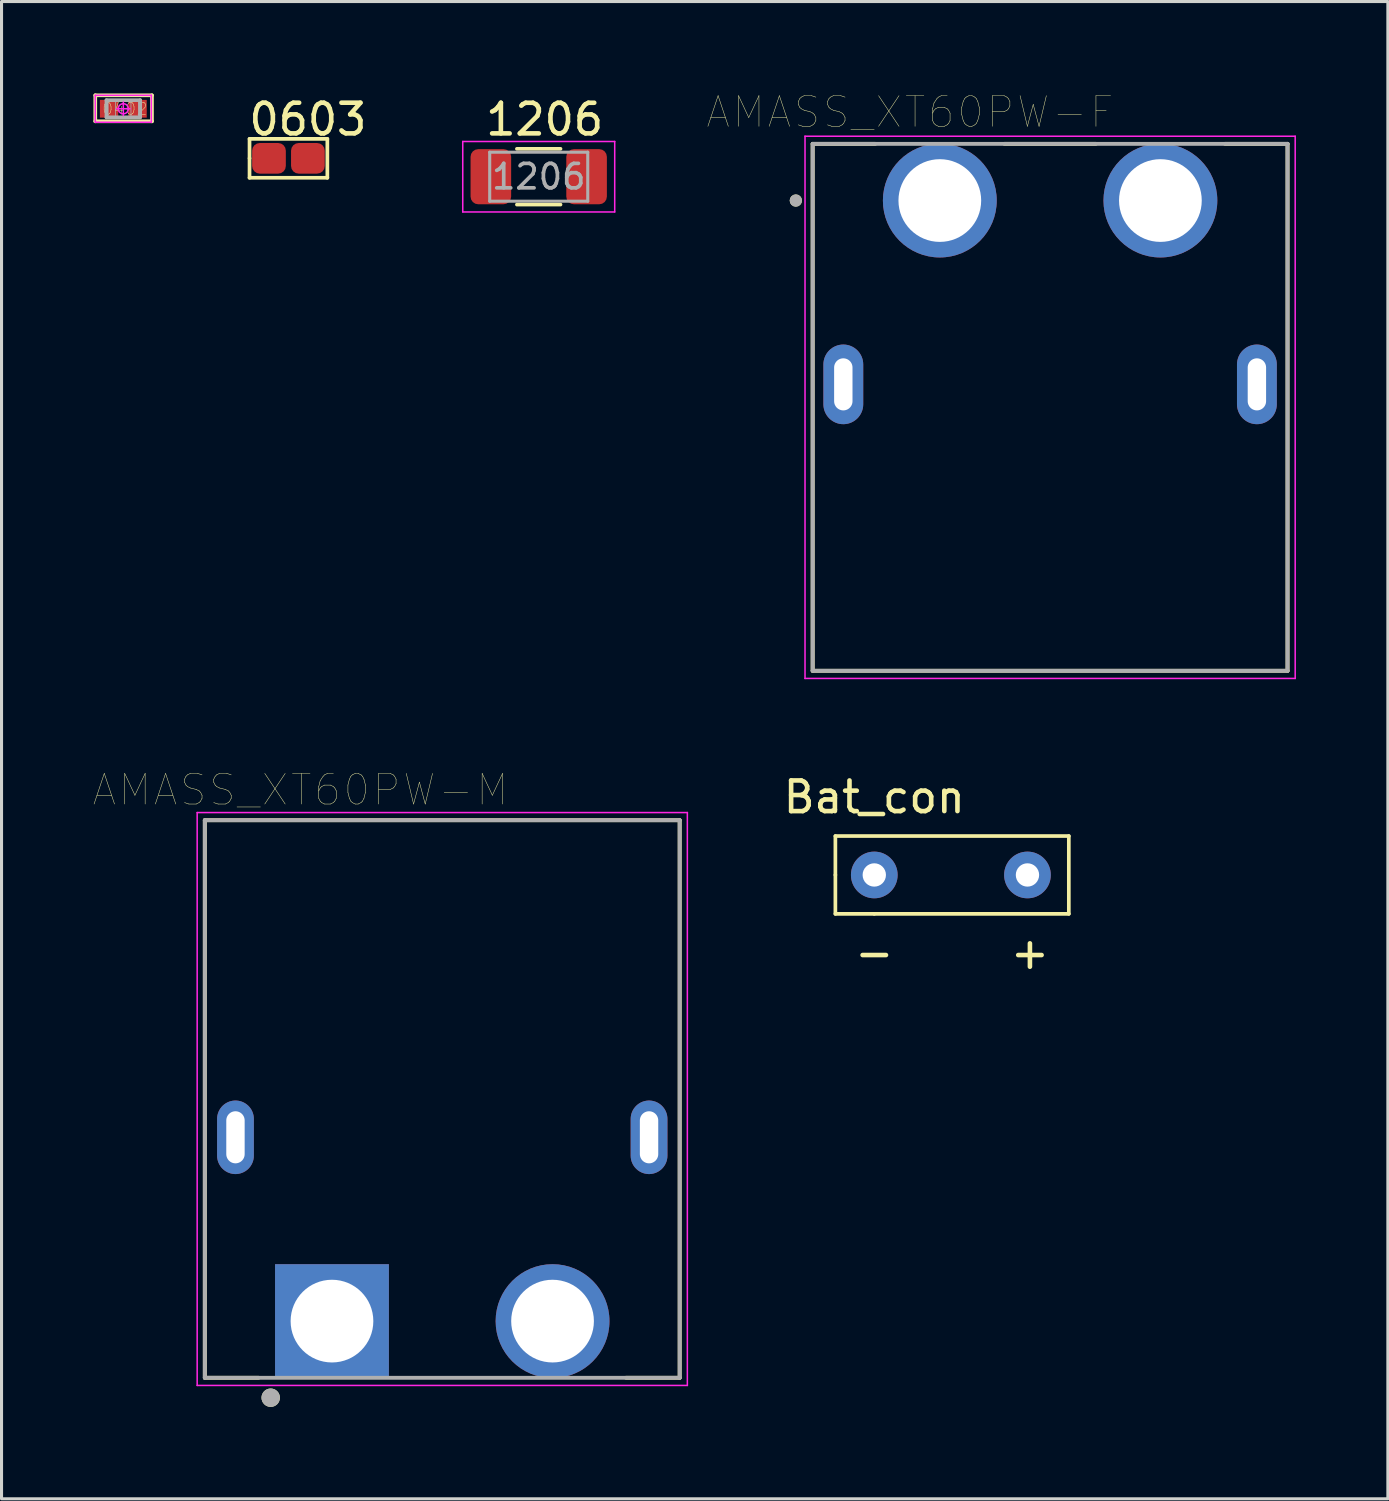
<source format=kicad_pcb>
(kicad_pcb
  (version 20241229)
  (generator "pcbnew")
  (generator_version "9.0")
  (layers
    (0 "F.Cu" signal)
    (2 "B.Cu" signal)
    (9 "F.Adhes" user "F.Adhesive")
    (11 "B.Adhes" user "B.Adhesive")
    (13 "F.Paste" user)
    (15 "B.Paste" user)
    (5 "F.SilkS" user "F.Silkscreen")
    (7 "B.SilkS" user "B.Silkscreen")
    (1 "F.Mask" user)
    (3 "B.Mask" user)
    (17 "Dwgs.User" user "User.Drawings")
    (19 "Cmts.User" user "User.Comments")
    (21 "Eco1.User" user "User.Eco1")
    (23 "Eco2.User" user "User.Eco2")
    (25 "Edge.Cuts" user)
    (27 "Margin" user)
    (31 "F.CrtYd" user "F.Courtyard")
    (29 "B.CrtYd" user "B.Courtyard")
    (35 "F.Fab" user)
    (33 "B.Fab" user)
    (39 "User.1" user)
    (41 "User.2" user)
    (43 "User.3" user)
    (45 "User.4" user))
  (footprint "0603"
    (layer "F.Cu")
    (at 6.365 2.113)
    (property "Reference" "0603" (at 0.635 -1.265 0) (layer "F.SilkS") (effects (font (size 1 1) (thickness 0.15))))
    (fp_line (start -1.27 -0.63) (end 1.27 -0.63) (stroke (width 0.12) (type solid)) (layer "F.SilkS"))
    (fp_line (start -1.27 0.005) (end -1.27 -0.63) (stroke (width 0.12) (type solid)) (layer "F.SilkS"))
    (fp_line (start -1.27 0.64) (end -1.27 0.005) (stroke (width 0.12) (type solid)) (layer "F.SilkS"))
    (fp_line (start 1.27 -0.63) (end 1.27 0.64) (stroke (width 0.12) (type solid)) (layer "F.SilkS"))
    (fp_line (start 1.27 0.64) (end -1.27 0.64) (stroke (width 0.12) (type solid)) (layer "F.SilkS"))
    (pad "1" smd roundrect (at -0.635 0.005 90) (size 1 1.1) (layers "F.Cu" "F.Mask" "F.Paste") (roundrect_rratio 0.25))
    (pad "2" smd roundrect (at 0.635 0.005 90) (size 1 1.1) (layers "F.Cu" "F.Mask" "F.Paste") (roundrect_rratio 0.25)))
  (footprint "AMASS_XT60PW-M"
    (layer "F.Cu")
    (at 11.386 34.073)
    (property "Reference" "AMASS_XT60PW-M" (at -4.627 -11.34 0) (layer "F.SilkS") (effects (font (size 1 1) (thickness 0.015))))
    (attr through_hole)
    (fp_line (start -7.75 -10.35) (end -7.75 7.85) (stroke (width 0.127) (type solid)) (layer "F.SilkS"))
    (fp_line (start -7.75 7.85) (end -6 7.85) (stroke (width 0.127) (type solid)) (layer "F.SilkS"))
    (fp_line (start 7.75 -10.35) (end -7.75 -10.35) (stroke (width 0.127) (type solid)) (layer "F.SilkS"))
    (fp_line (start 7.75 7.85) (end 6 7.85) (stroke (width 0.127) (type solid)) (layer "F.SilkS"))
    (fp_line (start 7.75 7.85) (end 7.75 -10.35) (stroke (width 0.127) (type solid)) (layer "F.SilkS"))
    (fp_circle (center -5.6 8.5) (end -5.45 8.5) (stroke (width 0.3) (type solid)) (fill no) (layer "F.SilkS"))
    (fp_line (start -8 -10.6) (end 8 -10.6) (stroke (width 0.05) (type solid)) (layer "F.CrtYd"))
    (fp_line (start -8 8.1) (end -8 -10.6) (stroke (width 0.05) (type solid)) (layer "F.CrtYd"))
    (fp_line (start 8 -10.6) (end 8 8.1) (stroke (width 0.05) (type solid)) (layer "F.CrtYd"))
    (fp_line (start 8 8.1) (end -8 8.1) (stroke (width 0.05) (type solid)) (layer "F.CrtYd"))
    (fp_line (start -7.75 -10.35) (end -7.75 7.85) (stroke (width 0.127) (type solid)) (layer "F.Fab"))
    (fp_line (start -7.75 7.85) (end 7.75 7.85) (stroke (width 0.127) (type solid)) (layer "F.Fab"))
    (fp_line (start 7.75 -10.35) (end -7.75 -10.35) (stroke (width 0.127) (type solid)) (layer "F.Fab"))
    (fp_line (start 7.75 7.85) (end 7.75 -10.35) (stroke (width 0.127) (type solid)) (layer "F.Fab"))
    (fp_circle (center -5.6 8.5) (end -5.45 8.5) (stroke (width 0.3) (type solid)) (fill no) (layer "F.Fab"))
    (pad "1" thru_hole rect (at -3.6 6) (size 3.716 3.716) (drill 2.7) (layers "*.Cu" "*.Mask"))
    (pad "2" thru_hole circle (at 3.6 6) (size 3.716 3.716) (drill 2.7) (layers "*.Cu" "*.Mask"))
    (pad "3" thru_hole oval (at -6.75 0) (size 1.2 2.4) (drill oval 0.6 1.7) (layers "*.Cu" "B.Mask"))
    (pad "3" thru_hole oval (at 6.75 0) (size 1.2 2.4) (drill oval 0.6 1.7) (layers "*.Cu" "*.Mask")))
  (footprint "1206"
    (layer "F.Cu")
    (at 14.555 2.779)
    (property "Reference" "1206" (at 0.173 -1.93 0) (layer "F.SilkS") (effects (font (size 1 1) (thickness 0.15))))
    (attr through_hole)
    (fp_line (start -0.732 -0.971) (end 0.691 -0.971) (stroke (width 0.12) (type solid)) (layer "F.SilkS"))
    (fp_line (start -0.732 0.849) (end 0.691 0.849) (stroke (width 0.12) (type solid)) (layer "F.SilkS"))
    (fp_line (start -2.5 -1.211) (end 2.46 -1.211) (stroke (width 0.05) (type solid)) (layer "F.CrtYd"))
    (fp_line (start -2.5 1.089) (end -2.5 -1.211) (stroke (width 0.05) (type solid)) (layer "F.CrtYd"))
    (fp_line (start 2.46 -1.211) (end 2.46 1.089) (stroke (width 0.05) (type solid)) (layer "F.CrtYd"))
    (fp_line (start 2.46 1.089) (end -2.5 1.089) (stroke (width 0.05) (type solid)) (layer "F.CrtYd"))
    (fp_line (start -1.62 -0.861) (end 1.58 -0.861) (stroke (width 0.1) (type solid)) (layer "F.Fab"))
    (fp_line (start -1.62 0.739) (end -1.62 -0.861) (stroke (width 0.1) (type solid)) (layer "F.Fab"))
    (fp_line (start 1.58 -0.861) (end 1.58 0.739) (stroke (width 0.1) (type solid)) (layer "F.Fab"))
    (fp_line (start 1.58 0.739) (end -1.62 0.739) (stroke (width 0.1) (type solid)) (layer "F.Fab"))
    (fp_text user "${REFERENCE}" (at -0.02 -0.061 0) (layer "F.Fab") (effects (font (size 0.8 0.8) (thickness 0.12))))
    (pad "1" smd roundrect (at -1.583 -0.061) (size 1.325 1.8) (layers "F.Cu" "F.Mask" "F.Paste") (roundrect_rratio 0.189))
    (pad "2" smd roundrect (at 1.542 -0.061) (size 1.325 1.8) (layers "F.Cu" "F.Mask" "F.Paste") (roundrect_rratio 0.189)))
  (footprint "Bat_con"
    (layer "F.Cu")
    (at 25.488 25.51)
    (property "Reference" "Bat_con" (at 0 -2.54 0) (layer "F.SilkS") (effects (font (size 1 1) (thickness 0.15))))
    (attr through_hole)
    (fp_line (start -1.27 -1.27) (end 6.35 -1.27) (stroke (width 0.12) (type solid)) (layer "F.SilkS"))
    (fp_line (start -1.27 0) (end -1.27 -1.27) (stroke (width 0.12) (type solid)) (layer "F.SilkS"))
    (fp_line (start -1.27 1.27) (end -1.27 0) (stroke (width 0.12) (type solid)) (layer "F.SilkS"))
    (fp_line (start 0 1.27) (end -1.27 1.27) (stroke (width 0.12) (type solid)) (layer "F.SilkS"))
    (fp_line (start 0 1.27) (end 6.35 1.27) (stroke (width 0.12) (type solid)) (layer "F.SilkS"))
    (fp_line (start 6.35 1.27) (end 6.35 -1.27) (stroke (width 0.12) (type solid)) (layer "F.SilkS"))
    (fp_text user "+" (at 5.08 2.54 0) (layer "F.SilkS") (effects (font (size 1 1) (thickness 0.15))))
    (fp_text user "-" (at 0 2.54 0) (layer "F.SilkS") (effects (font (size 1 1) (thickness 0.15))))
    (pad "1" thru_hole circle (at 0 0) (size 1.524 1.524) (drill 0.762) (layers "*.Cu" "*.Mask"))
    (pad "2" thru_hole circle (at 5 0) (size 1.524 1.524) (drill 0.762) (layers "*.Cu" "*.Mask")))
  (footprint "AMASS_XT60PW-F"
    (layer "F.Cu")
    (at 31.227 3.496)
    (property "Reference" "AMASS_XT60PW-F" (at -4.575 -2.885 0) (layer "F.SilkS") (effects (font (size 1 1) (thickness 0.015))))
    (attr through_hole)
    (fp_line (start -7.75 -1.85) (end -5.71 -1.85) (stroke (width 0.127) (type solid)) (layer "F.SilkS"))
    (fp_line (start -7.75 15.35) (end -7.75 -1.85) (stroke (width 0.127) (type solid)) (layer "F.SilkS"))
    (fp_line (start -1.49 -1.85) (end 1.49 -1.85) (stroke (width 0.127) (type solid)) (layer "F.SilkS"))
    (fp_line (start 5.71 -1.85) (end 7.75 -1.85) (stroke (width 0.127) (type solid)) (layer "F.SilkS"))
    (fp_line (start 7.75 -1.85) (end 7.75 15.35) (stroke (width 0.127) (type solid)) (layer "F.SilkS"))
    (fp_line (start 7.75 15.35) (end -7.75 15.35) (stroke (width 0.127) (type solid)) (layer "F.SilkS"))
    (fp_circle (center -8.3 0) (end -8.2 0) (stroke (width 0.2) (type solid)) (fill no) (layer "F.SilkS"))
    (fp_line (start -8 -2.1) (end 8 -2.1) (stroke (width 0.05) (type solid)) (layer "F.CrtYd"))
    (fp_line (start -8 15.6) (end -8 -2.1) (stroke (width 0.05) (type solid)) (layer "F.CrtYd"))
    (fp_line (start 8 -2.1) (end 8 15.6) (stroke (width 0.05) (type solid)) (layer "F.CrtYd"))
    (fp_line (start 8 15.6) (end -8 15.6) (stroke (width 0.05) (type solid)) (layer "F.CrtYd"))
    (fp_line (start -7.75 -1.85) (end 7.75 -1.85) (stroke (width 0.127) (type solid)) (layer "F.Fab"))
    (fp_line (start -7.75 15.35) (end -7.75 -1.85) (stroke (width 0.127) (type solid)) (layer "F.Fab"))
    (fp_line (start 7.75 -1.85) (end 7.75 15.35) (stroke (width 0.127) (type solid)) (layer "F.Fab"))
    (fp_line (start 7.75 15.35) (end -7.75 15.35) (stroke (width 0.127) (type solid)) (layer "F.Fab"))
    (fp_circle (center -8.3 0) (end -8.2 0) (stroke (width 0.2) (type solid)) (fill no) (layer "F.Fab"))
    (pad "1" thru_hole circle (at -3.6 0) (size 3.716 3.716) (drill 2.7) (layers "*.Cu" "*.Mask"))
    (pad "2" thru_hole circle (at 3.6 0) (size 3.716 3.716) (drill 2.7) (layers "*.Cu" "*.Mask"))
    (pad "3" thru_hole oval (at -6.75 6) (size 1.3 2.6) (drill oval 0.6 1.7) (layers "*.Cu" "*.Mask"))
    (pad "3" thru_hole oval (at 6.75 6) (size 1.3 2.6) (drill oval 0.6 1.7) (layers "*.Cu" "*.Mask")))
  (footprint "0402"
    (layer "F.Cu")
    (at 0.975 0.5)
    (property "Reference" "0402" (at 0.05 0 0) (layer "F.SilkS") (effects (font (size 0.394 0.394) (thickness 0.015))))
    (fp_line (start -0.915 -0.44) (end 0.935 -0.44) (stroke (width 0.12) (type solid)) (layer "F.SilkS"))
    (fp_line (start -0.915 0.41) (end -0.915 -0.44) (stroke (width 0.12) (type solid)) (layer "F.SilkS"))
    (fp_line (start 0.935 -0.44) (end 0.935 0.41) (stroke (width 0.12) (type solid)) (layer "F.SilkS"))
    (fp_line (start 0.935 0.41) (end -0.915 0.41) (stroke (width 0.12) (type solid)) (layer "F.SilkS"))
    (fp_line (start -0.915 -0.44) (end -0.915 0.44) (stroke (width 0.05) (type solid)) (layer "F.CrtYd"))
    (fp_line (start -0.915 0.44) (end 0.915 0.44) (stroke (width 0.05) (type solid)) (layer "F.CrtYd"))
    (fp_line (start 0 -0.22) (end 0 0.22) (stroke (width 0.05) (type solid)) (layer "F.CrtYd"))
    (fp_line (start 0.22 0) (end -0.22 0) (stroke (width 0.05) (type solid)) (layer "F.CrtYd"))
    (fp_line (start 0.915 -0.44) (end -0.915 -0.44) (stroke (width 0.05) (type solid)) (layer "F.CrtYd"))
    (fp_line (start 0.915 0.44) (end 0.915 -0.44) (stroke (width 0.05) (type solid)) (layer "F.CrtYd"))
    (fp_circle (center 0 0) (end 0.165 0) (stroke (width 0.05) (type solid)) (fill no) (layer "F.CrtYd"))
    (fp_line (start -0.55 -0.28) (end 0.55 -0.28) (stroke (width 0.12) (type solid)) (layer "F.Fab"))
    (fp_line (start -0.55 0.28) (end -0.55 -0.28) (stroke (width 0.12) (type solid)) (layer "F.Fab"))
    (fp_line (start -0.5 -0.25) (end -0.25 -0.25) (stroke (width 0.025) (type solid)) (layer "F.Fab"))
    (fp_line (start -0.5 0.25) (end -0.5 -0.25) (stroke (width 0.025) (type solid)) (layer "F.Fab"))
    (fp_line (start -0.25 -0.25) (end -0.25 0.25) (stroke (width 0.025) (type solid)) (layer "F.Fab"))
    (fp_line (start -0.25 -0.25) (end 0.25 -0.25) (stroke (width 0.025) (type solid)) (layer "F.Fab"))
    (fp_line (start -0.25 0.25) (end -0.5 0.25) (stroke (width 0.025) (type solid)) (layer "F.Fab"))
    (fp_line (start 0.25 -0.25) (end 0.5 -0.25) (stroke (width 0.025) (type solid)) (layer "F.Fab"))
    (fp_line (start 0.25 0.25) (end -0.25 0.25) (stroke (width 0.025) (type solid)) (layer "F.Fab"))
    (fp_line (start 0.25 0.25) (end 0.25 -0.25) (stroke (width 0.025) (type solid)) (layer "F.Fab"))
    (fp_line (start 0.5 -0.25) (end 0.5 0.25) (stroke (width 0.025) (type solid)) (layer "F.Fab"))
    (fp_line (start 0.5 0.25) (end 0.25 0.25) (stroke (width 0.025) (type solid)) (layer "F.Fab"))
    (fp_line (start 0.55 -0.28) (end 0.55 0.28) (stroke (width 0.12) (type solid)) (layer "F.Fab"))
    (fp_line (start 0.55 0.28) (end -0.55 0.28) (stroke (width 0.12) (type solid)) (layer "F.Fab"))
    (pad "1" smd rect (at -0.465 0) (size 0.6 0.58) (layers "F.Cu" "F.Mask" "F.Paste"))
    (pad "2" smd rect (at 0.465 0) (size 0.6 0.58) (layers "F.Cu" "F.Mask" "F.Paste")))
  (gr_rect
    (start -3 -3)
    (end 42.252 45.873)
    (stroke (width 0.1) (type default))
    (fill no)
    (layer "Edge.Cuts")))
</source>
